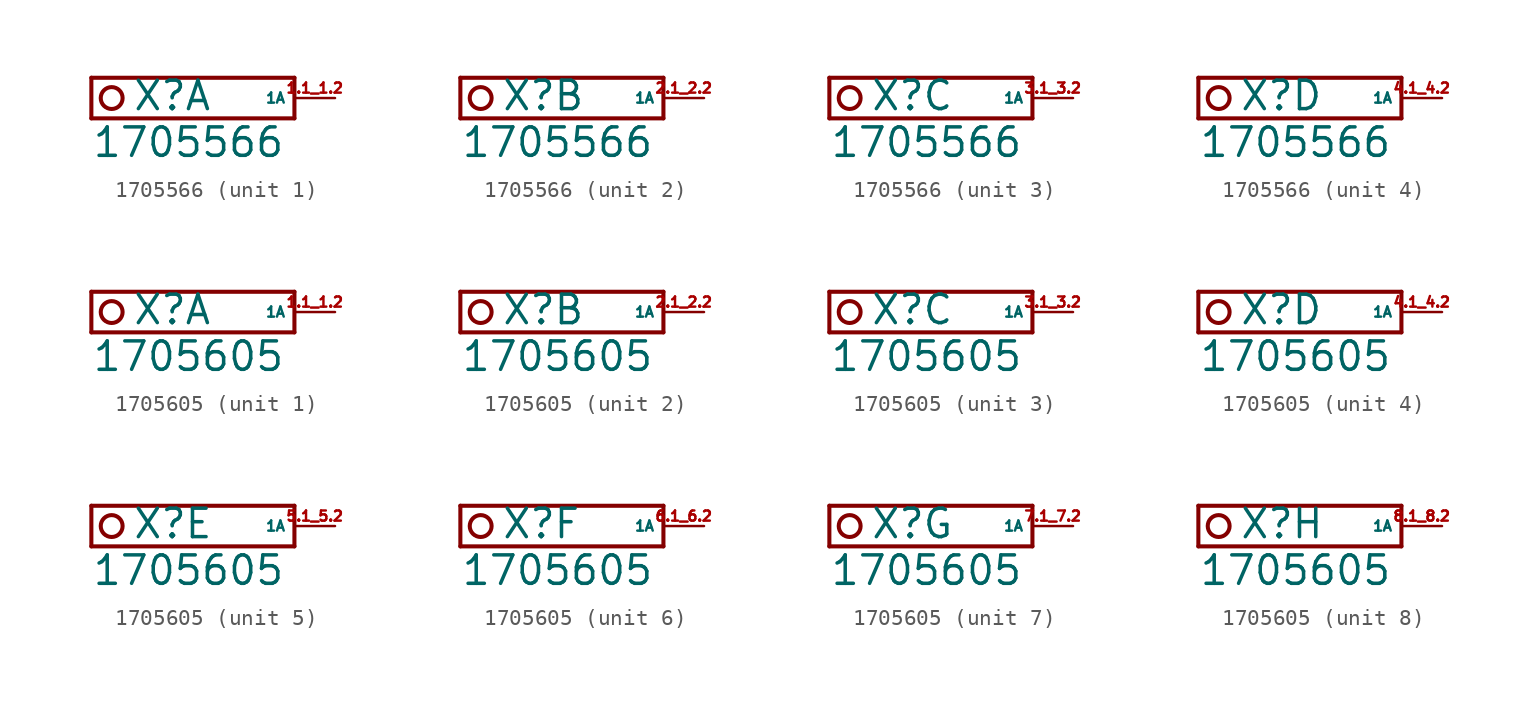
<source format=kicad_sym>
(kicad_symbol_lib
  (version 20220914)
  (generator Eagle2Kicad)
  (symbol "1705566"
    (property "Reference" "X"
      (at -10.16 -0.889 0)
      (effects (font (size 1.778 1.778) (thickness 0.22)) (justify left bottom)))
    (property "Value" "1705566"
      (at -12.7 -3.81 0)
      (effects (font (size 1.778 1.778) (thickness 0.22)) (justify left bottom)))
    (symbol "1705566_1_0"
      (polyline (pts (xy 0 1.27) (xy 0 -1.27)) (stroke (width 0.254) (type default)) (fill (type none)))
      (polyline (pts (xy -12.7 1.27) (xy 0 1.27)) (stroke (width 0.254) (type default)) (fill (type none)))
      (polyline (pts (xy -12.7 1.27) (xy -12.7 -1.27)) (stroke (width 0.254) (type default)) (fill (type none)))
      (polyline (pts (xy 0 -1.27) (xy -12.7 -1.27)) (stroke (width 0.254) (type default)) (fill (type none)))
      (circle (center -11.43 0) (radius 0.684) (stroke (width 0.254) (type default)) (fill (type none)))
      (pin passive line (at 2.54 0 180) (length 2.54) (name "1A" (effects (font (size 0.635 0.635) (thickness 0.08)) (justify left bottom))) (number "1.1 1.2" (effects (font (size 0.635 0.635) (thickness 0.08)) (justify left bottom)))))
    (symbol "1705566_2_0"
      (polyline (pts (xy 0 1.27) (xy 0 -1.27)) (stroke (width 0.254) (type default)) (fill (type none)))
      (polyline (pts (xy -12.7 1.27) (xy 0 1.27)) (stroke (width 0.254) (type default)) (fill (type none)))
      (polyline (pts (xy -12.7 1.27) (xy -12.7 -1.27)) (stroke (width 0.254) (type default)) (fill (type none)))
      (polyline (pts (xy 0 -1.27) (xy -12.7 -1.27)) (stroke (width 0.254) (type default)) (fill (type none)))
      (circle (center -11.43 0) (radius 0.684) (stroke (width 0.254) (type default)) (fill (type none)))
      (pin passive line (at 2.54 0 180) (length 2.54) (name "1A" (effects (font (size 0.635 0.635) (thickness 0.08)) (justify left bottom))) (number "2.1 2.2" (effects (font (size 0.635 0.635) (thickness 0.08)) (justify left bottom)))))
    (symbol "1705566_3_0"
      (polyline (pts (xy 0 1.27) (xy 0 -1.27)) (stroke (width 0.254) (type default)) (fill (type none)))
      (polyline (pts (xy -12.7 1.27) (xy 0 1.27)) (stroke (width 0.254) (type default)) (fill (type none)))
      (polyline (pts (xy -12.7 1.27) (xy -12.7 -1.27)) (stroke (width 0.254) (type default)) (fill (type none)))
      (polyline (pts (xy 0 -1.27) (xy -12.7 -1.27)) (stroke (width 0.254) (type default)) (fill (type none)))
      (circle (center -11.43 0) (radius 0.684) (stroke (width 0.254) (type default)) (fill (type none)))
      (pin passive line (at 2.54 0 180) (length 2.54) (name "1A" (effects (font (size 0.635 0.635) (thickness 0.08)) (justify left bottom))) (number "3.1 3.2" (effects (font (size 0.635 0.635) (thickness 0.08)) (justify left bottom)))))
    (symbol "1705566_4_0"
      (polyline (pts (xy 0 1.27) (xy 0 -1.27)) (stroke (width 0.254) (type default)) (fill (type none)))
      (polyline (pts (xy -12.7 1.27) (xy 0 1.27)) (stroke (width 0.254) (type default)) (fill (type none)))
      (polyline (pts (xy -12.7 1.27) (xy -12.7 -1.27)) (stroke (width 0.254) (type default)) (fill (type none)))
      (polyline (pts (xy 0 -1.27) (xy -12.7 -1.27)) (stroke (width 0.254) (type default)) (fill (type none)))
      (circle (center -11.43 0) (radius 0.684) (stroke (width 0.254) (type default)) (fill (type none)))
      (pin passive line (at 2.54 0 180) (length 2.54) (name "1A" (effects (font (size 0.635 0.635) (thickness 0.08)) (justify left bottom))) (number "4.1 4.2" (effects (font (size 0.635 0.635) (thickness 0.08)) (justify left bottom))))))
  (symbol "1705605"
    (property "Reference" "X"
      (at -10.16 -0.889 0)
      (effects (font (size 1.778 1.778) (thickness 0.22)) (justify left bottom)))
    (property "Value" "1705605"
      (at -12.7 -3.81 0)
      (effects (font (size 1.778 1.778) (thickness 0.22)) (justify left bottom)))
    (symbol "1705605_1_0"
      (polyline (pts (xy 0 1.27) (xy 0 -1.27)) (stroke (width 0.254) (type default)) (fill (type none)))
      (polyline (pts (xy -12.7 1.27) (xy 0 1.27)) (stroke (width 0.254) (type default)) (fill (type none)))
      (polyline (pts (xy -12.7 1.27) (xy -12.7 -1.27)) (stroke (width 0.254) (type default)) (fill (type none)))
      (polyline (pts (xy 0 -1.27) (xy -12.7 -1.27)) (stroke (width 0.254) (type default)) (fill (type none)))
      (circle (center -11.43 0) (radius 0.684) (stroke (width 0.254) (type default)) (fill (type none)))
      (pin passive line (at 2.54 0 180) (length 2.54) (name "1A" (effects (font (size 0.635 0.635) (thickness 0.08)) (justify left bottom))) (number "1.1 1.2" (effects (font (size 0.635 0.635) (thickness 0.08)) (justify left bottom)))))
    (symbol "1705605_2_0"
      (polyline (pts (xy 0 1.27) (xy 0 -1.27)) (stroke (width 0.254) (type default)) (fill (type none)))
      (polyline (pts (xy -12.7 1.27) (xy 0 1.27)) (stroke (width 0.254) (type default)) (fill (type none)))
      (polyline (pts (xy -12.7 1.27) (xy -12.7 -1.27)) (stroke (width 0.254) (type default)) (fill (type none)))
      (polyline (pts (xy 0 -1.27) (xy -12.7 -1.27)) (stroke (width 0.254) (type default)) (fill (type none)))
      (circle (center -11.43 0) (radius 0.684) (stroke (width 0.254) (type default)) (fill (type none)))
      (pin passive line (at 2.54 0 180) (length 2.54) (name "1A" (effects (font (size 0.635 0.635) (thickness 0.08)) (justify left bottom))) (number "2.1 2.2" (effects (font (size 0.635 0.635) (thickness 0.08)) (justify left bottom)))))
    (symbol "1705605_3_0"
      (polyline (pts (xy 0 1.27) (xy 0 -1.27)) (stroke (width 0.254) (type default)) (fill (type none)))
      (polyline (pts (xy -12.7 1.27) (xy 0 1.27)) (stroke (width 0.254) (type default)) (fill (type none)))
      (polyline (pts (xy -12.7 1.27) (xy -12.7 -1.27)) (stroke (width 0.254) (type default)) (fill (type none)))
      (polyline (pts (xy 0 -1.27) (xy -12.7 -1.27)) (stroke (width 0.254) (type default)) (fill (type none)))
      (circle (center -11.43 0) (radius 0.684) (stroke (width 0.254) (type default)) (fill (type none)))
      (pin passive line (at 2.54 0 180) (length 2.54) (name "1A" (effects (font (size 0.635 0.635) (thickness 0.08)) (justify left bottom))) (number "3.1 3.2" (effects (font (size 0.635 0.635) (thickness 0.08)) (justify left bottom)))))
    (symbol "1705605_4_0"
      (polyline (pts (xy 0 1.27) (xy 0 -1.27)) (stroke (width 0.254) (type default)) (fill (type none)))
      (polyline (pts (xy -12.7 1.27) (xy 0 1.27)) (stroke (width 0.254) (type default)) (fill (type none)))
      (polyline (pts (xy -12.7 1.27) (xy -12.7 -1.27)) (stroke (width 0.254) (type default)) (fill (type none)))
      (polyline (pts (xy 0 -1.27) (xy -12.7 -1.27)) (stroke (width 0.254) (type default)) (fill (type none)))
      (circle (center -11.43 0) (radius 0.684) (stroke (width 0.254) (type default)) (fill (type none)))
      (pin passive line (at 2.54 0 180) (length 2.54) (name "1A" (effects (font (size 0.635 0.635) (thickness 0.08)) (justify left bottom))) (number "4.1 4.2" (effects (font (size 0.635 0.635) (thickness 0.08)) (justify left bottom)))))
    (symbol "1705605_5_0"
      (polyline (pts (xy 0 1.27) (xy 0 -1.27)) (stroke (width 0.254) (type default)) (fill (type none)))
      (polyline (pts (xy -12.7 1.27) (xy 0 1.27)) (stroke (width 0.254) (type default)) (fill (type none)))
      (polyline (pts (xy -12.7 1.27) (xy -12.7 -1.27)) (stroke (width 0.254) (type default)) (fill (type none)))
      (polyline (pts (xy 0 -1.27) (xy -12.7 -1.27)) (stroke (width 0.254) (type default)) (fill (type none)))
      (circle (center -11.43 0) (radius 0.684) (stroke (width 0.254) (type default)) (fill (type none)))
      (pin passive line (at 2.54 0 180) (length 2.54) (name "1A" (effects (font (size 0.635 0.635) (thickness 0.08)) (justify left bottom))) (number "5.1 5.2" (effects (font (size 0.635 0.635) (thickness 0.08)) (justify left bottom)))))
    (symbol "1705605_6_0"
      (polyline (pts (xy 0 1.27) (xy 0 -1.27)) (stroke (width 0.254) (type default)) (fill (type none)))
      (polyline (pts (xy -12.7 1.27) (xy 0 1.27)) (stroke (width 0.254) (type default)) (fill (type none)))
      (polyline (pts (xy -12.7 1.27) (xy -12.7 -1.27)) (stroke (width 0.254) (type default)) (fill (type none)))
      (polyline (pts (xy 0 -1.27) (xy -12.7 -1.27)) (stroke (width 0.254) (type default)) (fill (type none)))
      (circle (center -11.43 0) (radius 0.684) (stroke (width 0.254) (type default)) (fill (type none)))
      (pin passive line (at 2.54 0 180) (length 2.54) (name "1A" (effects (font (size 0.635 0.635) (thickness 0.08)) (justify left bottom))) (number "6.1 6.2" (effects (font (size 0.635 0.635) (thickness 0.08)) (justify left bottom)))))
    (symbol "1705605_7_0"
      (polyline (pts (xy 0 1.27) (xy 0 -1.27)) (stroke (width 0.254) (type default)) (fill (type none)))
      (polyline (pts (xy -12.7 1.27) (xy 0 1.27)) (stroke (width 0.254) (type default)) (fill (type none)))
      (polyline (pts (xy -12.7 1.27) (xy -12.7 -1.27)) (stroke (width 0.254) (type default)) (fill (type none)))
      (polyline (pts (xy 0 -1.27) (xy -12.7 -1.27)) (stroke (width 0.254) (type default)) (fill (type none)))
      (circle (center -11.43 0) (radius 0.684) (stroke (width 0.254) (type default)) (fill (type none)))
      (pin passive line (at 2.54 0 180) (length 2.54) (name "1A" (effects (font (size 0.635 0.635) (thickness 0.08)) (justify left bottom))) (number "7.1 7.2" (effects (font (size 0.635 0.635) (thickness 0.08)) (justify left bottom)))))
    (symbol "1705605_8_0"
      (polyline (pts (xy 0 1.27) (xy 0 -1.27)) (stroke (width 0.254) (type default)) (fill (type none)))
      (polyline (pts (xy -12.7 1.27) (xy 0 1.27)) (stroke (width 0.254) (type default)) (fill (type none)))
      (polyline (pts (xy -12.7 1.27) (xy -12.7 -1.27)) (stroke (width 0.254) (type default)) (fill (type none)))
      (polyline (pts (xy 0 -1.27) (xy -12.7 -1.27)) (stroke (width 0.254) (type default)) (fill (type none)))
      (circle (center -11.43 0) (radius 0.684) (stroke (width 0.254) (type default)) (fill (type none)))
      (pin passive line (at 2.54 0 180) (length 2.54) (name "1A" (effects (font (size 0.635 0.635) (thickness 0.08)) (justify left bottom))) (number "8.1 8.2" (effects (font (size 0.635 0.635) (thickness 0.08)) (justify left bottom)))))))
</source>
